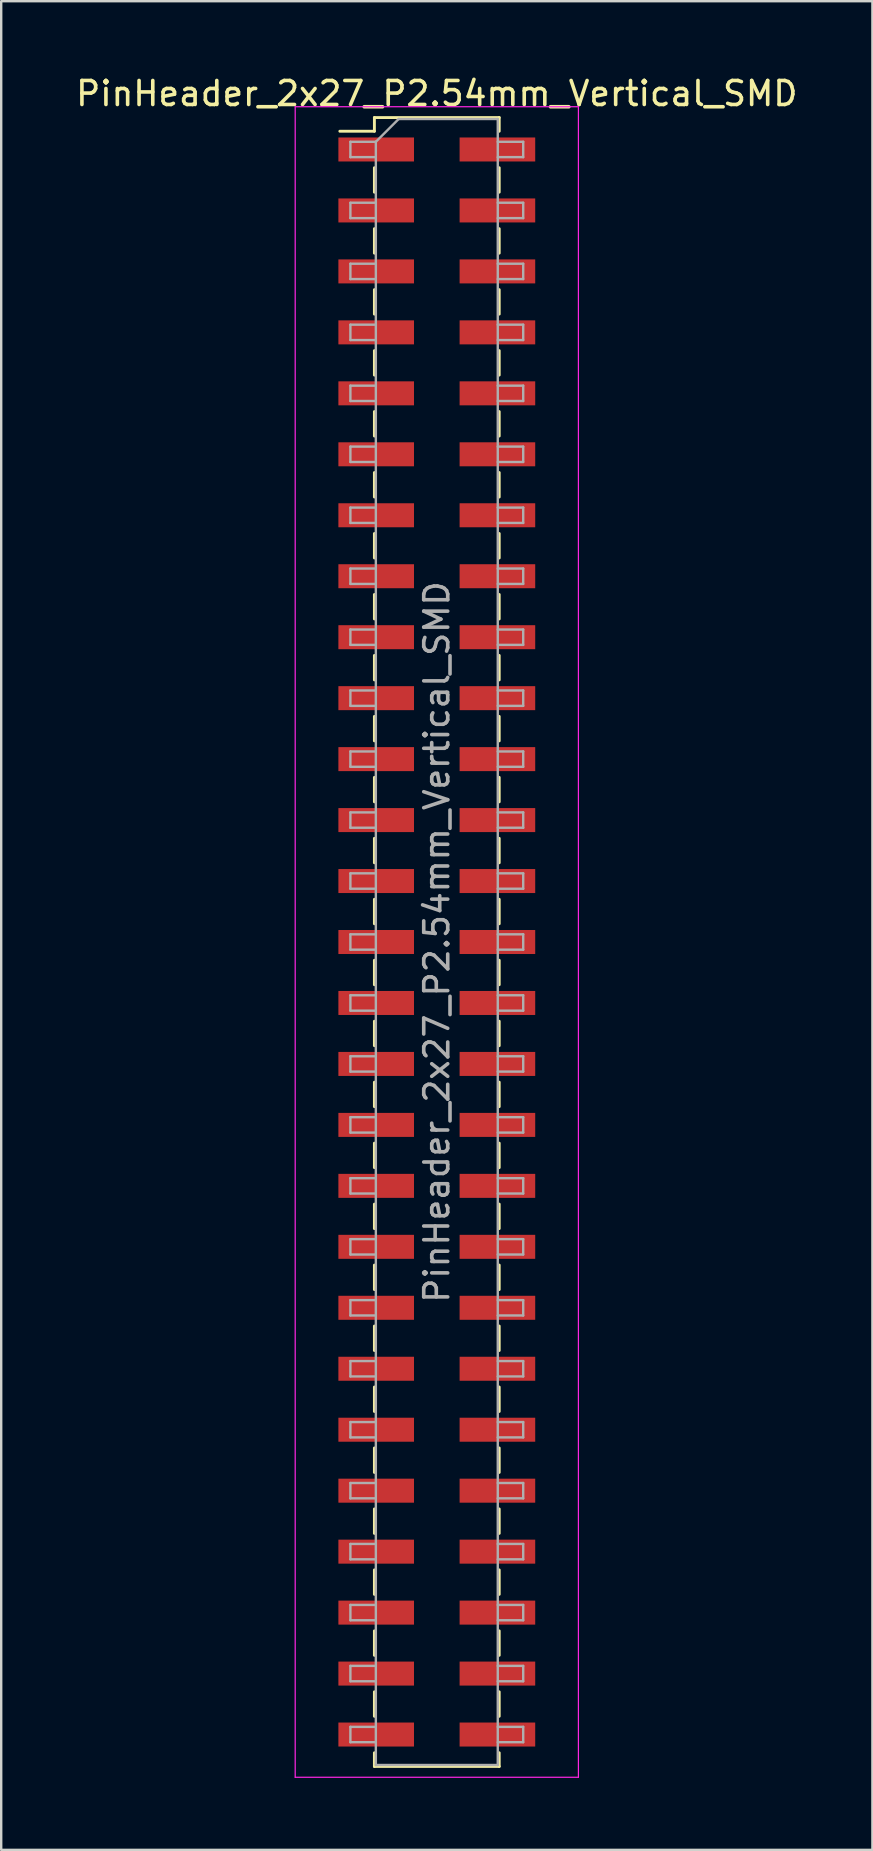
<source format=kicad_pcb>
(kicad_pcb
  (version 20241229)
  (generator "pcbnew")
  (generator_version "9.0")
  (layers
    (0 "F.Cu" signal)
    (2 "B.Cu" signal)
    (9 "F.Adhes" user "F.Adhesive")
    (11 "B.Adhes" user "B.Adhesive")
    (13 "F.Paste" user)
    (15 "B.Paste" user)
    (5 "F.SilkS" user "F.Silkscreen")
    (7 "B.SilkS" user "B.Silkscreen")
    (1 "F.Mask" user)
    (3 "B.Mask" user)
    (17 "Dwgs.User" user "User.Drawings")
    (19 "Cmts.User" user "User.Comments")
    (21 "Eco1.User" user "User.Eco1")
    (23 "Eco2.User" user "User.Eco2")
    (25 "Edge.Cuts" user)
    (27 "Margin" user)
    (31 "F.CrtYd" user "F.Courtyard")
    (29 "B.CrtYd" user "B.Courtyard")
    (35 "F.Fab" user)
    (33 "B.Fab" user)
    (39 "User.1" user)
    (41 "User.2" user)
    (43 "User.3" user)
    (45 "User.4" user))
  (footprint "PinHeader_2x27_P2.54mm_Vertical_SMD"
    (layer "F.Cu")
    (at 15.149 36.198)
    (property "Reference" "PinHeader_2x27_P2.54mm_Vertical_SMD" (at 0 -35.35 0) (layer "F.SilkS") (effects (font (size 1 1) (thickness 0.15))))
    (attr smd)
    (fp_line (start -4.04 -33.78) (end -2.6 -33.78) (stroke (width 0.12) (type solid)) (layer "F.SilkS"))
    (fp_line (start -2.6 -34.35) (end -2.6 -33.78) (stroke (width 0.12) (type solid)) (layer "F.SilkS"))
    (fp_line (start -2.6 -34.35) (end 2.6 -34.35) (stroke (width 0.12) (type solid)) (layer "F.SilkS"))
    (fp_line (start -2.6 -32.26) (end -2.6 -31.24) (stroke (width 0.12) (type solid)) (layer "F.SilkS"))
    (fp_line (start -2.6 -29.72) (end -2.6 -28.7) (stroke (width 0.12) (type solid)) (layer "F.SilkS"))
    (fp_line (start -2.6 -27.18) (end -2.6 -26.16) (stroke (width 0.12) (type solid)) (layer "F.SilkS"))
    (fp_line (start -2.6 -24.64) (end -2.6 -23.62) (stroke (width 0.12) (type solid)) (layer "F.SilkS"))
    (fp_line (start -2.6 -22.1) (end -2.6 -21.08) (stroke (width 0.12) (type solid)) (layer "F.SilkS"))
    (fp_line (start -2.6 -19.56) (end -2.6 -18.54) (stroke (width 0.12) (type solid)) (layer "F.SilkS"))
    (fp_line (start -2.6 -17.02) (end -2.6 -16) (stroke (width 0.12) (type solid)) (layer "F.SilkS"))
    (fp_line (start -2.6 -14.48) (end -2.6 -13.46) (stroke (width 0.12) (type solid)) (layer "F.SilkS"))
    (fp_line (start -2.6 -11.94) (end -2.6 -10.92) (stroke (width 0.12) (type solid)) (layer "F.SilkS"))
    (fp_line (start -2.6 -9.4) (end -2.6 -8.38) (stroke (width 0.12) (type solid)) (layer "F.SilkS"))
    (fp_line (start -2.6 -6.86) (end -2.6 -5.84) (stroke (width 0.12) (type solid)) (layer "F.SilkS"))
    (fp_line (start -2.6 -4.32) (end -2.6 -3.3) (stroke (width 0.12) (type solid)) (layer "F.SilkS"))
    (fp_line (start -2.6 -1.78) (end -2.6 -0.76) (stroke (width 0.12) (type solid)) (layer "F.SilkS"))
    (fp_line (start -2.6 0.76) (end -2.6 1.78) (stroke (width 0.12) (type solid)) (layer "F.SilkS"))
    (fp_line (start -2.6 3.3) (end -2.6 4.32) (stroke (width 0.12) (type solid)) (layer "F.SilkS"))
    (fp_line (start -2.6 5.84) (end -2.6 6.86) (stroke (width 0.12) (type solid)) (layer "F.SilkS"))
    (fp_line (start -2.6 8.38) (end -2.6 9.4) (stroke (width 0.12) (type solid)) (layer "F.SilkS"))
    (fp_line (start -2.6 10.92) (end -2.6 11.94) (stroke (width 0.12) (type solid)) (layer "F.SilkS"))
    (fp_line (start -2.6 13.46) (end -2.6 14.48) (stroke (width 0.12) (type solid)) (layer "F.SilkS"))
    (fp_line (start -2.6 16) (end -2.6 17.02) (stroke (width 0.12) (type solid)) (layer "F.SilkS"))
    (fp_line (start -2.6 18.54) (end -2.6 19.56) (stroke (width 0.12) (type solid)) (layer "F.SilkS"))
    (fp_line (start -2.6 21.08) (end -2.6 22.1) (stroke (width 0.12) (type solid)) (layer "F.SilkS"))
    (fp_line (start -2.6 23.62) (end -2.6 24.64) (stroke (width 0.12) (type solid)) (layer "F.SilkS"))
    (fp_line (start -2.6 26.16) (end -2.6 27.18) (stroke (width 0.12) (type solid)) (layer "F.SilkS"))
    (fp_line (start -2.6 28.7) (end -2.6 29.72) (stroke (width 0.12) (type solid)) (layer "F.SilkS"))
    (fp_line (start -2.6 31.24) (end -2.6 32.26) (stroke (width 0.12) (type solid)) (layer "F.SilkS"))
    (fp_line (start -2.6 33.78) (end -2.6 34.35) (stroke (width 0.12) (type solid)) (layer "F.SilkS"))
    (fp_line (start -2.6 34.35) (end 2.6 34.35) (stroke (width 0.12) (type solid)) (layer "F.SilkS"))
    (fp_line (start 2.6 -34.35) (end 2.6 -33.78) (stroke (width 0.12) (type solid)) (layer "F.SilkS"))
    (fp_line (start 2.6 -32.26) (end 2.6 -31.24) (stroke (width 0.12) (type solid)) (layer "F.SilkS"))
    (fp_line (start 2.6 -29.72) (end 2.6 -28.7) (stroke (width 0.12) (type solid)) (layer "F.SilkS"))
    (fp_line (start 2.6 -27.18) (end 2.6 -26.16) (stroke (width 0.12) (type solid)) (layer "F.SilkS"))
    (fp_line (start 2.6 -24.64) (end 2.6 -23.62) (stroke (width 0.12) (type solid)) (layer "F.SilkS"))
    (fp_line (start 2.6 -22.1) (end 2.6 -21.08) (stroke (width 0.12) (type solid)) (layer "F.SilkS"))
    (fp_line (start 2.6 -19.56) (end 2.6 -18.54) (stroke (width 0.12) (type solid)) (layer "F.SilkS"))
    (fp_line (start 2.6 -17.02) (end 2.6 -16) (stroke (width 0.12) (type solid)) (layer "F.SilkS"))
    (fp_line (start 2.6 -14.48) (end 2.6 -13.46) (stroke (width 0.12) (type solid)) (layer "F.SilkS"))
    (fp_line (start 2.6 -11.94) (end 2.6 -10.92) (stroke (width 0.12) (type solid)) (layer "F.SilkS"))
    (fp_line (start 2.6 -9.4) (end 2.6 -8.38) (stroke (width 0.12) (type solid)) (layer "F.SilkS"))
    (fp_line (start 2.6 -6.86) (end 2.6 -5.84) (stroke (width 0.12) (type solid)) (layer "F.SilkS"))
    (fp_line (start 2.6 -4.32) (end 2.6 -3.3) (stroke (width 0.12) (type solid)) (layer "F.SilkS"))
    (fp_line (start 2.6 -1.78) (end 2.6 -0.76) (stroke (width 0.12) (type solid)) (layer "F.SilkS"))
    (fp_line (start 2.6 0.76) (end 2.6 1.78) (stroke (width 0.12) (type solid)) (layer "F.SilkS"))
    (fp_line (start 2.6 3.3) (end 2.6 4.32) (stroke (width 0.12) (type solid)) (layer "F.SilkS"))
    (fp_line (start 2.6 5.84) (end 2.6 6.86) (stroke (width 0.12) (type solid)) (layer "F.SilkS"))
    (fp_line (start 2.6 8.38) (end 2.6 9.4) (stroke (width 0.12) (type solid)) (layer "F.SilkS"))
    (fp_line (start 2.6 10.92) (end 2.6 11.94) (stroke (width 0.12) (type solid)) (layer "F.SilkS"))
    (fp_line (start 2.6 13.46) (end 2.6 14.48) (stroke (width 0.12) (type solid)) (layer "F.SilkS"))
    (fp_line (start 2.6 16) (end 2.6 17.02) (stroke (width 0.12) (type solid)) (layer "F.SilkS"))
    (fp_line (start 2.6 18.54) (end 2.6 19.56) (stroke (width 0.12) (type solid)) (layer "F.SilkS"))
    (fp_line (start 2.6 21.08) (end 2.6 22.1) (stroke (width 0.12) (type solid)) (layer "F.SilkS"))
    (fp_line (start 2.6 23.62) (end 2.6 24.64) (stroke (width 0.12) (type solid)) (layer "F.SilkS"))
    (fp_line (start 2.6 26.16) (end 2.6 27.18) (stroke (width 0.12) (type solid)) (layer "F.SilkS"))
    (fp_line (start 2.6 28.7) (end 2.6 29.72) (stroke (width 0.12) (type solid)) (layer "F.SilkS"))
    (fp_line (start 2.6 31.24) (end 2.6 32.26) (stroke (width 0.12) (type solid)) (layer "F.SilkS"))
    (fp_line (start 2.6 33.78) (end 2.6 34.35) (stroke (width 0.12) (type solid)) (layer "F.SilkS"))
    (fp_line (start -5.9 -34.8) (end -5.9 34.8) (stroke (width 0.05) (type solid)) (layer "F.CrtYd"))
    (fp_line (start -5.9 34.8) (end 5.9 34.8) (stroke (width 0.05) (type solid)) (layer "F.CrtYd"))
    (fp_line (start 5.9 -34.8) (end -5.9 -34.8) (stroke (width 0.05) (type solid)) (layer "F.CrtYd"))
    (fp_line (start 5.9 34.8) (end 5.9 -34.8) (stroke (width 0.05) (type solid)) (layer "F.CrtYd"))
    (fp_line (start -3.6 -33.34) (end -3.6 -32.7) (stroke (width 0.1) (type solid)) (layer "F.Fab"))
    (fp_line (start -3.6 -32.7) (end -2.54 -32.7) (stroke (width 0.1) (type solid)) (layer "F.Fab"))
    (fp_line (start -3.6 -30.8) (end -3.6 -30.16) (stroke (width 0.1) (type solid)) (layer "F.Fab"))
    (fp_line (start -3.6 -30.16) (end -2.54 -30.16) (stroke (width 0.1) (type solid)) (layer "F.Fab"))
    (fp_line (start -3.6 -28.26) (end -3.6 -27.62) (stroke (width 0.1) (type solid)) (layer "F.Fab"))
    (fp_line (start -3.6 -27.62) (end -2.54 -27.62) (stroke (width 0.1) (type solid)) (layer "F.Fab"))
    (fp_line (start -3.6 -25.72) (end -3.6 -25.08) (stroke (width 0.1) (type solid)) (layer "F.Fab"))
    (fp_line (start -3.6 -25.08) (end -2.54 -25.08) (stroke (width 0.1) (type solid)) (layer "F.Fab"))
    (fp_line (start -3.6 -23.18) (end -3.6 -22.54) (stroke (width 0.1) (type solid)) (layer "F.Fab"))
    (fp_line (start -3.6 -22.54) (end -2.54 -22.54) (stroke (width 0.1) (type solid)) (layer "F.Fab"))
    (fp_line (start -3.6 -20.64) (end -3.6 -20) (stroke (width 0.1) (type solid)) (layer "F.Fab"))
    (fp_line (start -3.6 -20) (end -2.54 -20) (stroke (width 0.1) (type solid)) (layer "F.Fab"))
    (fp_line (start -3.6 -18.1) (end -3.6 -17.46) (stroke (width 0.1) (type solid)) (layer "F.Fab"))
    (fp_line (start -3.6 -17.46) (end -2.54 -17.46) (stroke (width 0.1) (type solid)) (layer "F.Fab"))
    (fp_line (start -3.6 -15.56) (end -3.6 -14.92) (stroke (width 0.1) (type solid)) (layer "F.Fab"))
    (fp_line (start -3.6 -14.92) (end -2.54 -14.92) (stroke (width 0.1) (type solid)) (layer "F.Fab"))
    (fp_line (start -3.6 -13.02) (end -3.6 -12.38) (stroke (width 0.1) (type solid)) (layer "F.Fab"))
    (fp_line (start -3.6 -12.38) (end -2.54 -12.38) (stroke (width 0.1) (type solid)) (layer "F.Fab"))
    (fp_line (start -3.6 -10.48) (end -3.6 -9.84) (stroke (width 0.1) (type solid)) (layer "F.Fab"))
    (fp_line (start -3.6 -9.84) (end -2.54 -9.84) (stroke (width 0.1) (type solid)) (layer "F.Fab"))
    (fp_line (start -3.6 -7.94) (end -3.6 -7.3) (stroke (width 0.1) (type solid)) (layer "F.Fab"))
    (fp_line (start -3.6 -7.3) (end -2.54 -7.3) (stroke (width 0.1) (type solid)) (layer "F.Fab"))
    (fp_line (start -3.6 -5.4) (end -3.6 -4.76) (stroke (width 0.1) (type solid)) (layer "F.Fab"))
    (fp_line (start -3.6 -4.76) (end -2.54 -4.76) (stroke (width 0.1) (type solid)) (layer "F.Fab"))
    (fp_line (start -3.6 -2.86) (end -3.6 -2.22) (stroke (width 0.1) (type solid)) (layer "F.Fab"))
    (fp_line (start -3.6 -2.22) (end -2.54 -2.22) (stroke (width 0.1) (type solid)) (layer "F.Fab"))
    (fp_line (start -3.6 -0.32) (end -3.6 0.32) (stroke (width 0.1) (type solid)) (layer "F.Fab"))
    (fp_line (start -3.6 0.32) (end -2.54 0.32) (stroke (width 0.1) (type solid)) (layer "F.Fab"))
    (fp_line (start -3.6 2.22) (end -3.6 2.86) (stroke (width 0.1) (type solid)) (layer "F.Fab"))
    (fp_line (start -3.6 2.86) (end -2.54 2.86) (stroke (width 0.1) (type solid)) (layer "F.Fab"))
    (fp_line (start -3.6 4.76) (end -3.6 5.4) (stroke (width 0.1) (type solid)) (layer "F.Fab"))
    (fp_line (start -3.6 5.4) (end -2.54 5.4) (stroke (width 0.1) (type solid)) (layer "F.Fab"))
    (fp_line (start -3.6 7.3) (end -3.6 7.94) (stroke (width 0.1) (type solid)) (layer "F.Fab"))
    (fp_line (start -3.6 7.94) (end -2.54 7.94) (stroke (width 0.1) (type solid)) (layer "F.Fab"))
    (fp_line (start -3.6 9.84) (end -3.6 10.48) (stroke (width 0.1) (type solid)) (layer "F.Fab"))
    (fp_line (start -3.6 10.48) (end -2.54 10.48) (stroke (width 0.1) (type solid)) (layer "F.Fab"))
    (fp_line (start -3.6 12.38) (end -3.6 13.02) (stroke (width 0.1) (type solid)) (layer "F.Fab"))
    (fp_line (start -3.6 13.02) (end -2.54 13.02) (stroke (width 0.1) (type solid)) (layer "F.Fab"))
    (fp_line (start -3.6 14.92) (end -3.6 15.56) (stroke (width 0.1) (type solid)) (layer "F.Fab"))
    (fp_line (start -3.6 15.56) (end -2.54 15.56) (stroke (width 0.1) (type solid)) (layer "F.Fab"))
    (fp_line (start -3.6 17.46) (end -3.6 18.1) (stroke (width 0.1) (type solid)) (layer "F.Fab"))
    (fp_line (start -3.6 18.1) (end -2.54 18.1) (stroke (width 0.1) (type solid)) (layer "F.Fab"))
    (fp_line (start -3.6 20) (end -3.6 20.64) (stroke (width 0.1) (type solid)) (layer "F.Fab"))
    (fp_line (start -3.6 20.64) (end -2.54 20.64) (stroke (width 0.1) (type solid)) (layer "F.Fab"))
    (fp_line (start -3.6 22.54) (end -3.6 23.18) (stroke (width 0.1) (type solid)) (layer "F.Fab"))
    (fp_line (start -3.6 23.18) (end -2.54 23.18) (stroke (width 0.1) (type solid)) (layer "F.Fab"))
    (fp_line (start -3.6 25.08) (end -3.6 25.72) (stroke (width 0.1) (type solid)) (layer "F.Fab"))
    (fp_line (start -3.6 25.72) (end -2.54 25.72) (stroke (width 0.1) (type solid)) (layer "F.Fab"))
    (fp_line (start -3.6 27.62) (end -3.6 28.26) (stroke (width 0.1) (type solid)) (layer "F.Fab"))
    (fp_line (start -3.6 28.26) (end -2.54 28.26) (stroke (width 0.1) (type solid)) (layer "F.Fab"))
    (fp_line (start -3.6 30.16) (end -3.6 30.8) (stroke (width 0.1) (type solid)) (layer "F.Fab"))
    (fp_line (start -3.6 30.8) (end -2.54 30.8) (stroke (width 0.1) (type solid)) (layer "F.Fab"))
    (fp_line (start -3.6 32.7) (end -3.6 33.34) (stroke (width 0.1) (type solid)) (layer "F.Fab"))
    (fp_line (start -3.6 33.34) (end -2.54 33.34) (stroke (width 0.1) (type solid)) (layer "F.Fab"))
    (fp_line (start -2.54 -33.34) (end -3.6 -33.34) (stroke (width 0.1) (type solid)) (layer "F.Fab"))
    (fp_line (start -2.54 -33.34) (end -1.59 -34.29) (stroke (width 0.1) (type solid)) (layer "F.Fab"))
    (fp_line (start -2.54 -30.8) (end -3.6 -30.8) (stroke (width 0.1) (type solid)) (layer "F.Fab"))
    (fp_line (start -2.54 -28.26) (end -3.6 -28.26) (stroke (width 0.1) (type solid)) (layer "F.Fab"))
    (fp_line (start -2.54 -25.72) (end -3.6 -25.72) (stroke (width 0.1) (type solid)) (layer "F.Fab"))
    (fp_line (start -2.54 -23.18) (end -3.6 -23.18) (stroke (width 0.1) (type solid)) (layer "F.Fab"))
    (fp_line (start -2.54 -20.64) (end -3.6 -20.64) (stroke (width 0.1) (type solid)) (layer "F.Fab"))
    (fp_line (start -2.54 -18.1) (end -3.6 -18.1) (stroke (width 0.1) (type solid)) (layer "F.Fab"))
    (fp_line (start -2.54 -15.56) (end -3.6 -15.56) (stroke (width 0.1) (type solid)) (layer "F.Fab"))
    (fp_line (start -2.54 -13.02) (end -3.6 -13.02) (stroke (width 0.1) (type solid)) (layer "F.Fab"))
    (fp_line (start -2.54 -10.48) (end -3.6 -10.48) (stroke (width 0.1) (type solid)) (layer "F.Fab"))
    (fp_line (start -2.54 -7.94) (end -3.6 -7.94) (stroke (width 0.1) (type solid)) (layer "F.Fab"))
    (fp_line (start -2.54 -5.4) (end -3.6 -5.4) (stroke (width 0.1) (type solid)) (layer "F.Fab"))
    (fp_line (start -2.54 -2.86) (end -3.6 -2.86) (stroke (width 0.1) (type solid)) (layer "F.Fab"))
    (fp_line (start -2.54 -0.32) (end -3.6 -0.32) (stroke (width 0.1) (type solid)) (layer "F.Fab"))
    (fp_line (start -2.54 2.22) (end -3.6 2.22) (stroke (width 0.1) (type solid)) (layer "F.Fab"))
    (fp_line (start -2.54 4.76) (end -3.6 4.76) (stroke (width 0.1) (type solid)) (layer "F.Fab"))
    (fp_line (start -2.54 7.3) (end -3.6 7.3) (stroke (width 0.1) (type solid)) (layer "F.Fab"))
    (fp_line (start -2.54 9.84) (end -3.6 9.84) (stroke (width 0.1) (type solid)) (layer "F.Fab"))
    (fp_line (start -2.54 12.38) (end -3.6 12.38) (stroke (width 0.1) (type solid)) (layer "F.Fab"))
    (fp_line (start -2.54 14.92) (end -3.6 14.92) (stroke (width 0.1) (type solid)) (layer "F.Fab"))
    (fp_line (start -2.54 17.46) (end -3.6 17.46) (stroke (width 0.1) (type solid)) (layer "F.Fab"))
    (fp_line (start -2.54 20) (end -3.6 20) (stroke (width 0.1) (type solid)) (layer "F.Fab"))
    (fp_line (start -2.54 22.54) (end -3.6 22.54) (stroke (width 0.1) (type solid)) (layer "F.Fab"))
    (fp_line (start -2.54 25.08) (end -3.6 25.08) (stroke (width 0.1) (type solid)) (layer "F.Fab"))
    (fp_line (start -2.54 27.62) (end -3.6 27.62) (stroke (width 0.1) (type solid)) (layer "F.Fab"))
    (fp_line (start -2.54 30.16) (end -3.6 30.16) (stroke (width 0.1) (type solid)) (layer "F.Fab"))
    (fp_line (start -2.54 32.7) (end -3.6 32.7) (stroke (width 0.1) (type solid)) (layer "F.Fab"))
    (fp_line (start -2.54 34.29) (end -2.54 -33.34) (stroke (width 0.1) (type solid)) (layer "F.Fab"))
    (fp_line (start -1.59 -34.29) (end 2.54 -34.29) (stroke (width 0.1) (type solid)) (layer "F.Fab"))
    (fp_line (start 2.54 -34.29) (end 2.54 34.29) (stroke (width 0.1) (type solid)) (layer "F.Fab"))
    (fp_line (start 2.54 -33.34) (end 3.6 -33.34) (stroke (width 0.1) (type solid)) (layer "F.Fab"))
    (fp_line (start 2.54 -30.8) (end 3.6 -30.8) (stroke (width 0.1) (type solid)) (layer "F.Fab"))
    (fp_line (start 2.54 -28.26) (end 3.6 -28.26) (stroke (width 0.1) (type solid)) (layer "F.Fab"))
    (fp_line (start 2.54 -25.72) (end 3.6 -25.72) (stroke (width 0.1) (type solid)) (layer "F.Fab"))
    (fp_line (start 2.54 -23.18) (end 3.6 -23.18) (stroke (width 0.1) (type solid)) (layer "F.Fab"))
    (fp_line (start 2.54 -20.64) (end 3.6 -20.64) (stroke (width 0.1) (type solid)) (layer "F.Fab"))
    (fp_line (start 2.54 -18.1) (end 3.6 -18.1) (stroke (width 0.1) (type solid)) (layer "F.Fab"))
    (fp_line (start 2.54 -15.56) (end 3.6 -15.56) (stroke (width 0.1) (type solid)) (layer "F.Fab"))
    (fp_line (start 2.54 -13.02) (end 3.6 -13.02) (stroke (width 0.1) (type solid)) (layer "F.Fab"))
    (fp_line (start 2.54 -10.48) (end 3.6 -10.48) (stroke (width 0.1) (type solid)) (layer "F.Fab"))
    (fp_line (start 2.54 -7.94) (end 3.6 -7.94) (stroke (width 0.1) (type solid)) (layer "F.Fab"))
    (fp_line (start 2.54 -5.4) (end 3.6 -5.4) (stroke (width 0.1) (type solid)) (layer "F.Fab"))
    (fp_line (start 2.54 -2.86) (end 3.6 -2.86) (stroke (width 0.1) (type solid)) (layer "F.Fab"))
    (fp_line (start 2.54 -0.32) (end 3.6 -0.32) (stroke (width 0.1) (type solid)) (layer "F.Fab"))
    (fp_line (start 2.54 2.22) (end 3.6 2.22) (stroke (width 0.1) (type solid)) (layer "F.Fab"))
    (fp_line (start 2.54 4.76) (end 3.6 4.76) (stroke (width 0.1) (type solid)) (layer "F.Fab"))
    (fp_line (start 2.54 7.3) (end 3.6 7.3) (stroke (width 0.1) (type solid)) (layer "F.Fab"))
    (fp_line (start 2.54 9.84) (end 3.6 9.84) (stroke (width 0.1) (type solid)) (layer "F.Fab"))
    (fp_line (start 2.54 12.38) (end 3.6 12.38) (stroke (width 0.1) (type solid)) (layer "F.Fab"))
    (fp_line (start 2.54 14.92) (end 3.6 14.92) (stroke (width 0.1) (type solid)) (layer "F.Fab"))
    (fp_line (start 2.54 17.46) (end 3.6 17.46) (stroke (width 0.1) (type solid)) (layer "F.Fab"))
    (fp_line (start 2.54 20) (end 3.6 20) (stroke (width 0.1) (type solid)) (layer "F.Fab"))
    (fp_line (start 2.54 22.54) (end 3.6 22.54) (stroke (width 0.1) (type solid)) (layer "F.Fab"))
    (fp_line (start 2.54 25.08) (end 3.6 25.08) (stroke (width 0.1) (type solid)) (layer "F.Fab"))
    (fp_line (start 2.54 27.62) (end 3.6 27.62) (stroke (width 0.1) (type solid)) (layer "F.Fab"))
    (fp_line (start 2.54 30.16) (end 3.6 30.16) (stroke (width 0.1) (type solid)) (layer "F.Fab"))
    (fp_line (start 2.54 32.7) (end 3.6 32.7) (stroke (width 0.1) (type solid)) (layer "F.Fab"))
    (fp_line (start 2.54 34.29) (end -2.54 34.29) (stroke (width 0.1) (type solid)) (layer "F.Fab"))
    (fp_line (start 3.6 -33.34) (end 3.6 -32.7) (stroke (width 0.1) (type solid)) (layer "F.Fab"))
    (fp_line (start 3.6 -32.7) (end 2.54 -32.7) (stroke (width 0.1) (type solid)) (layer "F.Fab"))
    (fp_line (start 3.6 -30.8) (end 3.6 -30.16) (stroke (width 0.1) (type solid)) (layer "F.Fab"))
    (fp_line (start 3.6 -30.16) (end 2.54 -30.16) (stroke (width 0.1) (type solid)) (layer "F.Fab"))
    (fp_line (start 3.6 -28.26) (end 3.6 -27.62) (stroke (width 0.1) (type solid)) (layer "F.Fab"))
    (fp_line (start 3.6 -27.62) (end 2.54 -27.62) (stroke (width 0.1) (type solid)) (layer "F.Fab"))
    (fp_line (start 3.6 -25.72) (end 3.6 -25.08) (stroke (width 0.1) (type solid)) (layer "F.Fab"))
    (fp_line (start 3.6 -25.08) (end 2.54 -25.08) (stroke (width 0.1) (type solid)) (layer "F.Fab"))
    (fp_line (start 3.6 -23.18) (end 3.6 -22.54) (stroke (width 0.1) (type solid)) (layer "F.Fab"))
    (fp_line (start 3.6 -22.54) (end 2.54 -22.54) (stroke (width 0.1) (type solid)) (layer "F.Fab"))
    (fp_line (start 3.6 -20.64) (end 3.6 -20) (stroke (width 0.1) (type solid)) (layer "F.Fab"))
    (fp_line (start 3.6 -20) (end 2.54 -20) (stroke (width 0.1) (type solid)) (layer "F.Fab"))
    (fp_line (start 3.6 -18.1) (end 3.6 -17.46) (stroke (width 0.1) (type solid)) (layer "F.Fab"))
    (fp_line (start 3.6 -17.46) (end 2.54 -17.46) (stroke (width 0.1) (type solid)) (layer "F.Fab"))
    (fp_line (start 3.6 -15.56) (end 3.6 -14.92) (stroke (width 0.1) (type solid)) (layer "F.Fab"))
    (fp_line (start 3.6 -14.92) (end 2.54 -14.92) (stroke (width 0.1) (type solid)) (layer "F.Fab"))
    (fp_line (start 3.6 -13.02) (end 3.6 -12.38) (stroke (width 0.1) (type solid)) (layer "F.Fab"))
    (fp_line (start 3.6 -12.38) (end 2.54 -12.38) (stroke (width 0.1) (type solid)) (layer "F.Fab"))
    (fp_line (start 3.6 -10.48) (end 3.6 -9.84) (stroke (width 0.1) (type solid)) (layer "F.Fab"))
    (fp_line (start 3.6 -9.84) (end 2.54 -9.84) (stroke (width 0.1) (type solid)) (layer "F.Fab"))
    (fp_line (start 3.6 -7.94) (end 3.6 -7.3) (stroke (width 0.1) (type solid)) (layer "F.Fab"))
    (fp_line (start 3.6 -7.3) (end 2.54 -7.3) (stroke (width 0.1) (type solid)) (layer "F.Fab"))
    (fp_line (start 3.6 -5.4) (end 3.6 -4.76) (stroke (width 0.1) (type solid)) (layer "F.Fab"))
    (fp_line (start 3.6 -4.76) (end 2.54 -4.76) (stroke (width 0.1) (type solid)) (layer "F.Fab"))
    (fp_line (start 3.6 -2.86) (end 3.6 -2.22) (stroke (width 0.1) (type solid)) (layer "F.Fab"))
    (fp_line (start 3.6 -2.22) (end 2.54 -2.22) (stroke (width 0.1) (type solid)) (layer "F.Fab"))
    (fp_line (start 3.6 -0.32) (end 3.6 0.32) (stroke (width 0.1) (type solid)) (layer "F.Fab"))
    (fp_line (start 3.6 0.32) (end 2.54 0.32) (stroke (width 0.1) (type solid)) (layer "F.Fab"))
    (fp_line (start 3.6 2.22) (end 3.6 2.86) (stroke (width 0.1) (type solid)) (layer "F.Fab"))
    (fp_line (start 3.6 2.86) (end 2.54 2.86) (stroke (width 0.1) (type solid)) (layer "F.Fab"))
    (fp_line (start 3.6 4.76) (end 3.6 5.4) (stroke (width 0.1) (type solid)) (layer "F.Fab"))
    (fp_line (start 3.6 5.4) (end 2.54 5.4) (stroke (width 0.1) (type solid)) (layer "F.Fab"))
    (fp_line (start 3.6 7.3) (end 3.6 7.94) (stroke (width 0.1) (type solid)) (layer "F.Fab"))
    (fp_line (start 3.6 7.94) (end 2.54 7.94) (stroke (width 0.1) (type solid)) (layer "F.Fab"))
    (fp_line (start 3.6 9.84) (end 3.6 10.48) (stroke (width 0.1) (type solid)) (layer "F.Fab"))
    (fp_line (start 3.6 10.48) (end 2.54 10.48) (stroke (width 0.1) (type solid)) (layer "F.Fab"))
    (fp_line (start 3.6 12.38) (end 3.6 13.02) (stroke (width 0.1) (type solid)) (layer "F.Fab"))
    (fp_line (start 3.6 13.02) (end 2.54 13.02) (stroke (width 0.1) (type solid)) (layer "F.Fab"))
    (fp_line (start 3.6 14.92) (end 3.6 15.56) (stroke (width 0.1) (type solid)) (layer "F.Fab"))
    (fp_line (start 3.6 15.56) (end 2.54 15.56) (stroke (width 0.1) (type solid)) (layer "F.Fab"))
    (fp_line (start 3.6 17.46) (end 3.6 18.1) (stroke (width 0.1) (type solid)) (layer "F.Fab"))
    (fp_line (start 3.6 18.1) (end 2.54 18.1) (stroke (width 0.1) (type solid)) (layer "F.Fab"))
    (fp_line (start 3.6 20) (end 3.6 20.64) (stroke (width 0.1) (type solid)) (layer "F.Fab"))
    (fp_line (start 3.6 20.64) (end 2.54 20.64) (stroke (width 0.1) (type solid)) (layer "F.Fab"))
    (fp_line (start 3.6 22.54) (end 3.6 23.18) (stroke (width 0.1) (type solid)) (layer "F.Fab"))
    (fp_line (start 3.6 23.18) (end 2.54 23.18) (stroke (width 0.1) (type solid)) (layer "F.Fab"))
    (fp_line (start 3.6 25.08) (end 3.6 25.72) (stroke (width 0.1) (type solid)) (layer "F.Fab"))
    (fp_line (start 3.6 25.72) (end 2.54 25.72) (stroke (width 0.1) (type solid)) (layer "F.Fab"))
    (fp_line (start 3.6 27.62) (end 3.6 28.26) (stroke (width 0.1) (type solid)) (layer "F.Fab"))
    (fp_line (start 3.6 28.26) (end 2.54 28.26) (stroke (width 0.1) (type solid)) (layer "F.Fab"))
    (fp_line (start 3.6 30.16) (end 3.6 30.8) (stroke (width 0.1) (type solid)) (layer "F.Fab"))
    (fp_line (start 3.6 30.8) (end 2.54 30.8) (stroke (width 0.1) (type solid)) (layer "F.Fab"))
    (fp_line (start 3.6 32.7) (end 3.6 33.34) (stroke (width 0.1) (type solid)) (layer "F.Fab"))
    (fp_line (start 3.6 33.34) (end 2.54 33.34) (stroke (width 0.1) (type solid)) (layer "F.Fab"))
    (fp_text user "${REFERENCE}" (at 0 0 90) (layer "F.Fab") (effects (font (size 1 1) (thickness 0.15))))
    (pad "1" smd rect (at -2.525 -33.02) (size 3.15 1) (layers "F.Cu" "F.Mask" "F.Paste"))
    (pad "2" smd rect (at 2.525 -33.02) (size 3.15 1) (layers "F.Cu" "F.Mask" "F.Paste"))
    (pad "3" smd rect (at -2.525 -30.48) (size 3.15 1) (layers "F.Cu" "F.Mask" "F.Paste"))
    (pad "4" smd rect (at 2.525 -30.48) (size 3.15 1) (layers "F.Cu" "F.Mask" "F.Paste"))
    (pad "5" smd rect (at -2.525 -27.94) (size 3.15 1) (layers "F.Cu" "F.Mask" "F.Paste"))
    (pad "6" smd rect (at 2.525 -27.94) (size 3.15 1) (layers "F.Cu" "F.Mask" "F.Paste"))
    (pad "7" smd rect (at -2.525 -25.4) (size 3.15 1) (layers "F.Cu" "F.Mask" "F.Paste"))
    (pad "8" smd rect (at 2.525 -25.4) (size 3.15 1) (layers "F.Cu" "F.Mask" "F.Paste"))
    (pad "9" smd rect (at -2.525 -22.86) (size 3.15 1) (layers "F.Cu" "F.Mask" "F.Paste"))
    (pad "10" smd rect (at 2.525 -22.86) (size 3.15 1) (layers "F.Cu" "F.Mask" "F.Paste"))
    (pad "11" smd rect (at -2.525 -20.32) (size 3.15 1) (layers "F.Cu" "F.Mask" "F.Paste"))
    (pad "12" smd rect (at 2.525 -20.32) (size 3.15 1) (layers "F.Cu" "F.Mask" "F.Paste"))
    (pad "13" smd rect (at -2.525 -17.78) (size 3.15 1) (layers "F.Cu" "F.Mask" "F.Paste"))
    (pad "14" smd rect (at 2.525 -17.78) (size 3.15 1) (layers "F.Cu" "F.Mask" "F.Paste"))
    (pad "15" smd rect (at -2.525 -15.24) (size 3.15 1) (layers "F.Cu" "F.Mask" "F.Paste"))
    (pad "16" smd rect (at 2.525 -15.24) (size 3.15 1) (layers "F.Cu" "F.Mask" "F.Paste"))
    (pad "17" smd rect (at -2.525 -12.7) (size 3.15 1) (layers "F.Cu" "F.Mask" "F.Paste"))
    (pad "18" smd rect (at 2.525 -12.7) (size 3.15 1) (layers "F.Cu" "F.Mask" "F.Paste"))
    (pad "19" smd rect (at -2.525 -10.16) (size 3.15 1) (layers "F.Cu" "F.Mask" "F.Paste"))
    (pad "20" smd rect (at 2.525 -10.16) (size 3.15 1) (layers "F.Cu" "F.Mask" "F.Paste"))
    (pad "21" smd rect (at -2.525 -7.62) (size 3.15 1) (layers "F.Cu" "F.Mask" "F.Paste"))
    (pad "22" smd rect (at 2.525 -7.62) (size 3.15 1) (layers "F.Cu" "F.Mask" "F.Paste"))
    (pad "23" smd rect (at -2.525 -5.08) (size 3.15 1) (layers "F.Cu" "F.Mask" "F.Paste"))
    (pad "24" smd rect (at 2.525 -5.08) (size 3.15 1) (layers "F.Cu" "F.Mask" "F.Paste"))
    (pad "25" smd rect (at -2.525 -2.54) (size 3.15 1) (layers "F.Cu" "F.Mask" "F.Paste"))
    (pad "26" smd rect (at 2.525 -2.54) (size 3.15 1) (layers "F.Cu" "F.Mask" "F.Paste"))
    (pad "27" smd rect (at -2.525 0) (size 3.15 1) (layers "F.Cu" "F.Mask" "F.Paste"))
    (pad "28" smd rect (at 2.525 0) (size 3.15 1) (layers "F.Cu" "F.Mask" "F.Paste"))
    (pad "29" smd rect (at -2.525 2.54) (size 3.15 1) (layers "F.Cu" "F.Mask" "F.Paste"))
    (pad "30" smd rect (at 2.525 2.54) (size 3.15 1) (layers "F.Cu" "F.Mask" "F.Paste"))
    (pad "31" smd rect (at -2.525 5.08) (size 3.15 1) (layers "F.Cu" "F.Mask" "F.Paste"))
    (pad "32" smd rect (at 2.525 5.08) (size 3.15 1) (layers "F.Cu" "F.Mask" "F.Paste"))
    (pad "33" smd rect (at -2.525 7.62) (size 3.15 1) (layers "F.Cu" "F.Mask" "F.Paste"))
    (pad "34" smd rect (at 2.525 7.62) (size 3.15 1) (layers "F.Cu" "F.Mask" "F.Paste"))
    (pad "35" smd rect (at -2.525 10.16) (size 3.15 1) (layers "F.Cu" "F.Mask" "F.Paste"))
    (pad "36" smd rect (at 2.525 10.16) (size 3.15 1) (layers "F.Cu" "F.Mask" "F.Paste"))
    (pad "37" smd rect (at -2.525 12.7) (size 3.15 1) (layers "F.Cu" "F.Mask" "F.Paste"))
    (pad "38" smd rect (at 2.525 12.7) (size 3.15 1) (layers "F.Cu" "F.Mask" "F.Paste"))
    (pad "39" smd rect (at -2.525 15.24) (size 3.15 1) (layers "F.Cu" "F.Mask" "F.Paste"))
    (pad "40" smd rect (at 2.525 15.24) (size 3.15 1) (layers "F.Cu" "F.Mask" "F.Paste"))
    (pad "41" smd rect (at -2.525 17.78) (size 3.15 1) (layers "F.Cu" "F.Mask" "F.Paste"))
    (pad "42" smd rect (at 2.525 17.78) (size 3.15 1) (layers "F.Cu" "F.Mask" "F.Paste"))
    (pad "43" smd rect (at -2.525 20.32) (size 3.15 1) (layers "F.Cu" "F.Mask" "F.Paste"))
    (pad "44" smd rect (at 2.525 20.32) (size 3.15 1) (layers "F.Cu" "F.Mask" "F.Paste"))
    (pad "45" smd rect (at -2.525 22.86) (size 3.15 1) (layers "F.Cu" "F.Mask" "F.Paste"))
    (pad "46" smd rect (at 2.525 22.86) (size 3.15 1) (layers "F.Cu" "F.Mask" "F.Paste"))
    (pad "47" smd rect (at -2.525 25.4) (size 3.15 1) (layers "F.Cu" "F.Mask" "F.Paste"))
    (pad "48" smd rect (at 2.525 25.4) (size 3.15 1) (layers "F.Cu" "F.Mask" "F.Paste"))
    (pad "49" smd rect (at -2.525 27.94) (size 3.15 1) (layers "F.Cu" "F.Mask" "F.Paste"))
    (pad "50" smd rect (at 2.525 27.94) (size 3.15 1) (layers "F.Cu" "F.Mask" "F.Paste"))
    (pad "51" smd rect (at -2.525 30.48) (size 3.15 1) (layers "F.Cu" "F.Mask" "F.Paste"))
    (pad "52" smd rect (at 2.525 30.48) (size 3.15 1) (layers "F.Cu" "F.Mask" "F.Paste"))
    (pad "53" smd rect (at -2.525 33.02) (size 3.15 1) (layers "F.Cu" "F.Mask" "F.Paste"))
    (pad "54" smd rect (at 2.525 33.02) (size 3.15 1) (layers "F.Cu" "F.Mask" "F.Paste")))
  (gr_rect
    (start -3 -3)
    (end 33.298 74.023)
    (stroke (width 0.1) (type default))
    (fill no)
    (layer "Edge.Cuts")))
</source>
